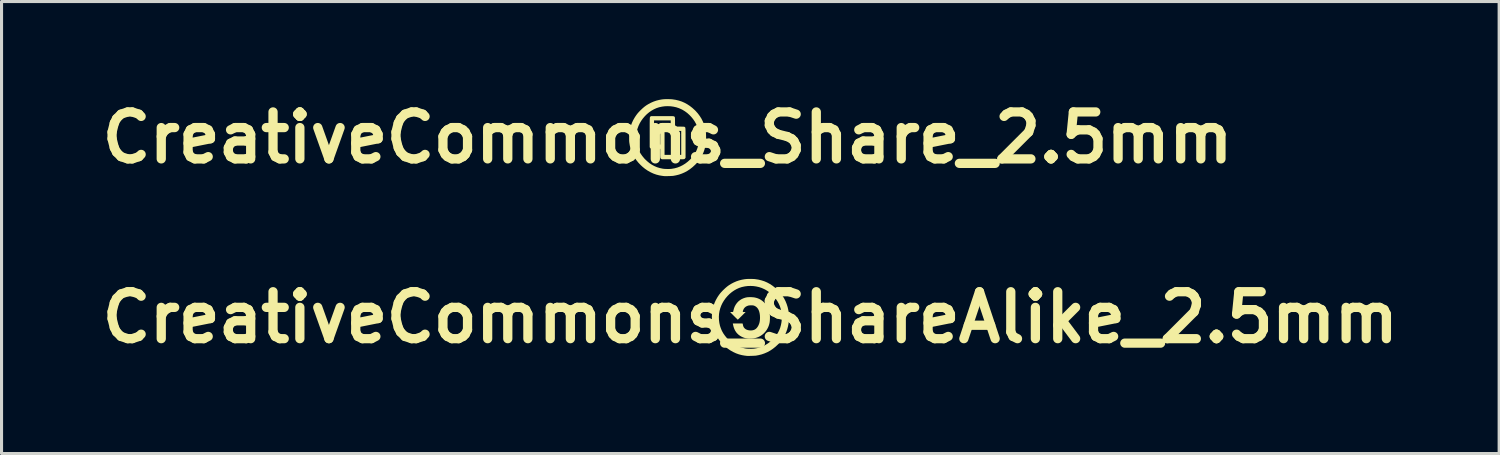
<source format=kicad_pcb>
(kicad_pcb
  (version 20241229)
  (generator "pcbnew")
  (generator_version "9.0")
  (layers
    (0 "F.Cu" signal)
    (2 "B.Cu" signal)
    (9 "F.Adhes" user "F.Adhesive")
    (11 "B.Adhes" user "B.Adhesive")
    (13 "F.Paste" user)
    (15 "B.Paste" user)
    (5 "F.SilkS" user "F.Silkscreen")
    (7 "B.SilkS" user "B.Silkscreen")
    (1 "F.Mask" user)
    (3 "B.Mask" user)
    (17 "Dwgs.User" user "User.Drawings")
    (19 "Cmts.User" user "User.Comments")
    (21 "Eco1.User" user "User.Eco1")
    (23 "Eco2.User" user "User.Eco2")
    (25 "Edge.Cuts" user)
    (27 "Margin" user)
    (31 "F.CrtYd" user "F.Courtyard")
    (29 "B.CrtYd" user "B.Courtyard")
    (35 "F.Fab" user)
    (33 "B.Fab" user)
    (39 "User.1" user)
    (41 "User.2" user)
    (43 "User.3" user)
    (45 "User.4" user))
  (footprint "CreativeCommons_Share_2.5mm"
    (layer "F.Cu")
    (at 18.622 1.418)
    (property "Reference" "CreativeCommons_Share_2.5mm" (at 0 0 0) (layer "F.SilkS") (effects (font (size 1.524 1.524) (thickness 0.3))))
    (attr board_only exclude_from_pos_files exclude_from_bom)
    (fp_poly (pts (xy 0.047 -0.699) (xy 0.085 -0.699) (xy 0.116 -0.699) (xy 0.142 -0.698) (xy 0.163 -0.697) (xy 0.179 -0.696) (xy 0.192 -0.694) (xy 0.202 -0.692) (xy 0.21 -0.69) (xy 0.215 -0.687) (xy 0.219 -0.683) (xy 0.223 -0.679) (xy 0.226 -0.675) (xy 0.228 -0.671) (xy 0.231 -0.667) (xy 0.234 -0.662) (xy 0.235 -0.657) (xy 0.237 -0.648) (xy 0.238 -0.637) (xy 0.238 -0.621) (xy 0.239 -0.6) (xy 0.239 -0.572) (xy 0.24 -0.537) (xy 0.24 -0.508) (xy 0.241 -0.359) (xy 0.39 -0.358) (xy 0.431 -0.358) (xy 0.463 -0.357) (xy 0.489 -0.357) (xy 0.508 -0.356) (xy 0.523 -0.355) (xy 0.533 -0.354) (xy 0.54 -0.353) (xy 0.546 -0.351) (xy 0.55 -0.349) (xy 0.553 -0.347) (xy 0.557 -0.344) (xy 0.561 -0.341) (xy 0.565 -0.338) (xy 0.568 -0.334) (xy 0.571 -0.33) (xy 0.573 -0.323) (xy 0.575 -0.314) (xy 0.577 -0.303) (xy 0.578 -0.288) (xy 0.579 -0.27) (xy 0.58 -0.247) (xy 0.581 -0.219) (xy 0.581 -0.186) (xy 0.582 -0.147) (xy 0.582 -0.102) (xy 0.582 -0.05) (xy 0.582 0.01) (xy 0.582 0.077) (xy 0.582 0.153) (xy 0.582 0.174) (xy 0.582 0.653) (xy 0.572 0.668) (xy 0.561 0.681) (xy 0.55 0.692) (xy 0.549 0.693) (xy 0.546 0.695) (xy 0.543 0.696) (xy 0.539 0.697) (xy 0.534 0.698) (xy 0.526 0.699) (xy 0.516 0.7) (xy 0.502 0.701) (xy 0.485 0.701) (xy 0.462 0.702) (xy 0.434 0.702) (xy 0.401 0.702) (xy 0.361 0.703) (xy 0.314 0.703) (xy 0.259 0.703) (xy 0.195 0.703) (xy 0.178 0.703) (xy 0.122 0.703) (xy 0.067 0.703) (xy 0.017 0.703) (xy -0.031 0.703) (xy -0.073 0.703) (xy -0.11 0.702) (xy -0.142 0.702) (xy -0.166 0.701) (xy -0.183 0.701) (xy -0.192 0.7) (xy -0.193 0.7) (xy -0.206 0.694) (xy -0.217 0.685) (xy -0.223 0.679) (xy -0.229 0.673) (xy -0.233 0.666) (xy -0.236 0.657) (xy -0.238 0.646) (xy -0.239 0.63) (xy -0.24 0.609) (xy -0.241 0.582) (xy -0.241 0.559) (xy -0.1 0.559) (xy 0.441 0.559) (xy 0.441 -0.218) (xy -0.1 -0.218) (xy -0.1 0.559) (xy -0.241 0.559) (xy -0.241 0.548) (xy -0.241 0.507) (xy -0.241 0.364) (xy -0.388 0.363) (xy -0.429 0.362) (xy -0.461 0.362) (xy -0.487 0.361) (xy -0.506 0.361) (xy -0.52 0.36) (xy -0.531 0.359) (xy -0.538 0.357) (xy -0.543 0.355) (xy -0.547 0.353) (xy -0.549 0.352) (xy -0.56 0.341) (xy -0.571 0.329) (xy -0.572 0.327) (xy -0.582 0.312) (xy -0.582 0.223) (xy -0.441 0.223) (xy -0.241 0.223) (xy -0.241 -0.308) (xy -0.231 -0.323) (xy -0.219 -0.336) (xy -0.206 -0.348) (xy -0.205 -0.349) (xy -0.2 -0.352) (xy -0.196 -0.354) (xy -0.19 -0.356) (xy -0.182 -0.357) (xy -0.171 -0.358) (xy -0.155 -0.358) (xy -0.134 -0.359) (xy -0.107 -0.359) (xy -0.072 -0.359) (xy -0.045 -0.359) (xy 0.1 -0.359) (xy 0.1 -0.559) (xy -0.441 -0.559) (xy -0.441 0.223) (xy -0.582 0.223) (xy -0.582 -0.167) (xy -0.582 -0.245) (xy -0.582 -0.315) (xy -0.582 -0.376) (xy -0.582 -0.43) (xy -0.582 -0.477) (xy -0.581 -0.518) (xy -0.581 -0.552) (xy -0.58 -0.581) (xy -0.579 -0.605) (xy -0.578 -0.625) (xy -0.577 -0.64) (xy -0.576 -0.653) (xy -0.574 -0.662) (xy -0.571 -0.669) (xy -0.569 -0.674) (xy -0.566 -0.678) (xy -0.562 -0.681) (xy -0.558 -0.684) (xy -0.554 -0.687) (xy -0.553 -0.688) (xy -0.539 -0.698) (xy -0.176 -0.699) (xy -0.108 -0.699) (xy -0.049 -0.699) (xy 0.003 -0.699)) (stroke (width 0) (type solid)) (fill yes) (layer "F.SilkS"))
    (fp_poly (pts (xy 0.009 -1.25) (xy 0.052 -1.249) (xy 0.093 -1.248) (xy 0.13 -1.246) (xy 0.159 -1.243) (xy 0.263 -1.227) (xy 0.362 -1.203) (xy 0.458 -1.172) (xy 0.549 -1.132) (xy 0.637 -1.084) (xy 0.722 -1.028) (xy 0.804 -0.964) (xy 0.884 -0.891) (xy 0.912 -0.863) (xy 0.982 -0.784) (xy 1.043 -0.702) (xy 1.097 -0.617) (xy 1.142 -0.527) (xy 1.18 -0.433) (xy 1.211 -0.335) (xy 1.234 -0.231) (xy 1.242 -0.18) (xy 1.244 -0.157) (xy 1.246 -0.127) (xy 1.247 -0.092) (xy 1.248 -0.052) (xy 1.248 -0.01) (xy 1.248 0.033) (xy 1.247 0.074) (xy 1.246 0.113) (xy 1.244 0.148) (xy 1.242 0.177) (xy 1.24 0.195) (xy 1.221 0.295) (xy 1.196 0.388) (xy 1.165 0.476) (xy 1.128 0.56) (xy 1.087 0.636) (xy 1.052 0.692) (xy 1.014 0.744) (xy 0.972 0.795) (xy 0.925 0.848) (xy 0.896 0.877) (xy 0.815 0.952) (xy 0.732 1.018) (xy 0.646 1.076) (xy 0.557 1.125) (xy 0.464 1.166) (xy 0.367 1.2) (xy 0.265 1.225) (xy 0.19 1.239) (xy 0.175 1.241) (xy 0.153 1.243) (xy 0.125 1.244) (xy 0.093 1.246) (xy 0.059 1.247) (xy 0.024 1.248) (xy -0.011 1.249) (xy -0.043 1.249) (xy -0.072 1.249) (xy -0.097 1.249) (xy -0.114 1.248) (xy -0.123 1.247) (xy -0.132 1.246) (xy -0.148 1.244) (xy -0.167 1.241) (xy -0.175 1.241) (xy -0.273 1.224) (xy -0.37 1.199) (xy -0.465 1.165) (xy -0.557 1.122) (xy -0.646 1.072) (xy -0.733 1.013) (xy -0.815 0.946) (xy -0.872 0.893) (xy -0.948 0.814) (xy -1.015 0.731) (xy -1.074 0.645) (xy -1.125 0.555) (xy -1.167 0.462) (xy -1.2 0.366) (xy -1.226 0.266) (xy -1.243 0.162) (xy -1.246 0.135) (xy -1.248 0.108) (xy -1.249 0.075) (xy -1.249 0.037) (xy -1.249 -0.003) (xy -1.249 -0.022) (xy -1.022 -0.022) (xy -1.019 0.072) (xy -1.018 0.084) (xy -1.006 0.179) (xy -0.986 0.27) (xy -0.957 0.357) (xy -0.921 0.44) (xy -0.876 0.52) (xy -0.822 0.597) (xy -0.761 0.671) (xy -0.737 0.697) (xy -0.664 0.766) (xy -0.59 0.827) (xy -0.512 0.879) (xy -0.431 0.923) (xy -0.347 0.959) (xy -0.259 0.986) (xy -0.167 1.006) (xy -0.133 1.011) (xy -0.103 1.014) (xy -0.066 1.016) (xy -0.025 1.017) (xy 0.017 1.018) (xy 0.059 1.017) (xy 0.098 1.015) (xy 0.13 1.012) (xy 0.135 1.011) (xy 0.228 0.995) (xy 0.318 0.97) (xy 0.405 0.936) (xy 0.489 0.894) (xy 0.57 0.844) (xy 0.648 0.785) (xy 0.724 0.717) (xy 0.732 0.709) (xy 0.795 0.641) (xy 0.85 0.57) (xy 0.897 0.497) (xy 0.936 0.42) (xy 0.968 0.338) (xy 0.97 0.332) (xy 0.994 0.244) (xy 1.011 0.154) (xy 1.02 0.061) (xy 1.022 -0.031) (xy 1.015 -0.123) (xy 1.001 -0.214) (xy 0.98 -0.301) (xy 0.956 -0.37) (xy 0.921 -0.449) (xy 0.878 -0.527) (xy 0.827 -0.601) (xy 0.769 -0.672) (xy 0.706 -0.738) (xy 0.638 -0.799) (xy 0.565 -0.853) (xy 0.489 -0.9) (xy 0.452 -0.919) (xy 0.369 -0.956) (xy 0.282 -0.985) (xy 0.192 -1.005) (xy 0.1 -1.018) (xy 0.007 -1.022) (xy -0.087 -1.019) (xy -0.18 -1.007) (xy -0.273 -0.987) (xy -0.284 -0.984) (xy -0.367 -0.956) (xy -0.448 -0.919) (xy -0.527 -0.874) (xy -0.602 -0.822) (xy -0.674 -0.762) (xy -0.741 -0.695) (xy -0.804 -0.621) (xy -0.857 -0.547) (xy -0.905 -0.467) (xy -0.945 -0.383) (xy -0.977 -0.296) (xy -1.001 -0.207) (xy -1.016 -0.115) (xy -1.022 -0.022) (xy -1.249 -0.022) (xy -1.248 -0.045) (xy -1.247 -0.086) (xy -1.245 -0.123) (xy -1.243 -0.157) (xy -1.24 -0.184) (xy -1.239 -0.193) (xy -1.219 -0.293) (xy -1.193 -0.388) (xy -1.16 -0.477) (xy -1.12 -0.564) (xy -1.073 -0.647) (xy -1.05 -0.683) (xy -1.025 -0.72) (xy -1.001 -0.753) (xy -0.978 -0.783) (xy -0.953 -0.812) (xy -0.925 -0.842) (xy -0.893 -0.876) (xy -0.875 -0.893) (xy -0.814 -0.951) (xy -0.754 -1.002) (xy -0.693 -1.047) (xy -0.628 -1.087) (xy -0.559 -1.124) (xy -0.543 -1.132) (xy -0.457 -1.17) (xy -0.37 -1.2) (xy -0.281 -1.223) (xy -0.187 -1.24) (xy -0.141 -1.245) (xy -0.112 -1.248) (xy -0.075 -1.249) (xy -0.035 -1.25)) (stroke (width 0) (type solid)) (fill yes) (layer "F.SilkS")))
  (footprint "CreativeCommons_ShareAlike_2.5mm"
    (layer "F.Cu")
    (at 21.307 7.254)
    (property "Reference" "CreativeCommons_ShareAlike_2.5mm" (at 0 0 0) (layer "F.SilkS") (effects (font (size 1.524 1.524) (thickness 0.3))))
    (attr board_only exclude_from_pos_files exclude_from_bom)
    (fp_poly (pts (xy 0.035 -0.658) (xy 0.075 -0.655) (xy 0.112 -0.652) (xy 0.143 -0.647) (xy 0.149 -0.646) (xy 0.219 -0.628) (xy 0.282 -0.603) (xy 0.34 -0.572) (xy 0.394 -0.534) (xy 0.438 -0.496) (xy 0.489 -0.44) (xy 0.533 -0.38) (xy 0.569 -0.314) (xy 0.598 -0.243) (xy 0.619 -0.167) (xy 0.632 -0.09) (xy 0.635 -0.06) (xy 0.636 -0.025) (xy 0.636 0.013) (xy 0.635 0.054) (xy 0.633 0.093) (xy 0.63 0.129) (xy 0.626 0.16) (xy 0.623 0.178) (xy 0.61 0.23) (xy 0.595 0.277) (xy 0.575 0.324) (xy 0.566 0.343) (xy 0.529 0.408) (xy 0.485 0.467) (xy 0.435 0.52) (xy 0.38 0.567) (xy 0.319 0.607) (xy 0.254 0.639) (xy 0.184 0.663) (xy 0.112 0.68) (xy 0.112 0.68) (xy 0.08 0.684) (xy 0.043 0.687) (xy 0.004 0.688) (xy -0.034 0.689) (xy -0.068 0.688) (xy -0.086 0.686) (xy -0.153 0.675) (xy -0.218 0.655) (xy -0.279 0.629) (xy -0.336 0.596) (xy -0.388 0.557) (xy -0.433 0.513) (xy -0.457 0.484) (xy -0.492 0.431) (xy -0.52 0.374) (xy -0.543 0.311) (xy -0.56 0.241) (xy -0.566 0.212) (xy -0.569 0.195) (xy -0.409 0.195) (xy -0.365 0.196) (xy -0.329 0.196) (xy -0.3 0.196) (xy -0.279 0.197) (xy -0.264 0.198) (xy -0.254 0.199) (xy -0.249 0.2) (xy -0.248 0.201) (xy -0.247 0.208) (xy -0.244 0.221) (xy -0.242 0.238) (xy -0.241 0.24) (xy -0.231 0.283) (xy -0.213 0.321) (xy -0.188 0.352) (xy -0.156 0.379) (xy -0.118 0.399) (xy -0.074 0.413) (xy -0.023 0.421) (xy 0.017 0.423) (xy 0.066 0.419) (xy 0.111 0.408) (xy 0.151 0.39) (xy 0.187 0.364) (xy 0.219 0.329) (xy 0.248 0.287) (xy 0.266 0.252) (xy 0.285 0.207) (xy 0.299 0.158) (xy 0.308 0.105) (xy 0.313 0.047) (xy 0.314 0.004) (xy 0.311 -0.068) (xy 0.302 -0.132) (xy 0.288 -0.19) (xy 0.269 -0.241) (xy 0.244 -0.285) (xy 0.214 -0.322) (xy 0.179 -0.352) (xy 0.138 -0.375) (xy 0.122 -0.381) (xy 0.107 -0.386) (xy 0.094 -0.389) (xy 0.08 -0.391) (xy 0.063 -0.392) (xy 0.04 -0.393) (xy 0.027 -0.393) (xy -0.007 -0.392) (xy -0.034 -0.39) (xy -0.055 -0.387) (xy -0.064 -0.385) (xy -0.11 -0.369) (xy -0.15 -0.347) (xy -0.183 -0.319) (xy -0.209 -0.286) (xy -0.229 -0.246) (xy -0.235 -0.229) (xy -0.242 -0.207) (xy -0.245 -0.193) (xy -0.244 -0.184) (xy -0.238 -0.179) (xy -0.225 -0.177) (xy -0.205 -0.177) (xy -0.199 -0.177) (xy -0.152 -0.177) (xy -0.277 -0.052) (xy -0.305 -0.025) (xy -0.331 0.001) (xy -0.354 0.024) (xy -0.374 0.043) (xy -0.39 0.058) (xy -0.401 0.068) (xy -0.406 0.073) (xy -0.407 0.073) (xy -0.411 0.07) (xy -0.421 0.061) (xy -0.435 0.047) (xy -0.453 0.03) (xy -0.474 0.01) (xy -0.497 -0.013) (xy -0.521 -0.037) (xy -0.546 -0.062) (xy -0.57 -0.086) (xy -0.592 -0.108) (xy -0.613 -0.129) (xy -0.63 -0.147) (xy -0.643 -0.161) (xy -0.652 -0.17) (xy -0.655 -0.174) (xy -0.65 -0.175) (xy -0.639 -0.176) (xy -0.622 -0.177) (xy -0.607 -0.177) (xy -0.586 -0.177) (xy -0.571 -0.178) (xy -0.563 -0.181) (xy -0.558 -0.187) (xy -0.554 -0.198) (xy -0.551 -0.216) (xy -0.55 -0.22) (xy -0.532 -0.29) (xy -0.507 -0.355) (xy -0.474 -0.415) (xy -0.435 -0.469) (xy -0.39 -0.518) (xy -0.338 -0.56) (xy -0.282 -0.595) (xy -0.22 -0.623) (xy -0.154 -0.644) (xy -0.11 -0.653) (xy -0.081 -0.656) (xy -0.045 -0.658) (xy -0.006 -0.658)) (stroke (width 0) (type solid)) (fill yes) (layer "F.SilkS"))
    (fp_poly (pts (xy 0.009 -1.25) (xy 0.052 -1.249) (xy 0.093 -1.248) (xy 0.13 -1.246) (xy 0.159 -1.243) (xy 0.263 -1.227) (xy 0.362 -1.203) (xy 0.458 -1.172) (xy 0.549 -1.132) (xy 0.637 -1.084) (xy 0.722 -1.028) (xy 0.804 -0.964) (xy 0.884 -0.891) (xy 0.912 -0.863) (xy 0.982 -0.784) (xy 1.043 -0.702) (xy 1.097 -0.617) (xy 1.142 -0.527) (xy 1.18 -0.433) (xy 1.211 -0.335) (xy 1.234 -0.231) (xy 1.242 -0.18) (xy 1.244 -0.157) (xy 1.246 -0.127) (xy 1.247 -0.092) (xy 1.248 -0.052) (xy 1.248 -0.01) (xy 1.248 0.033) (xy 1.247 0.074) (xy 1.246 0.113) (xy 1.244 0.148) (xy 1.242 0.177) (xy 1.24 0.195) (xy 1.221 0.295) (xy 1.196 0.388) (xy 1.165 0.476) (xy 1.128 0.56) (xy 1.087 0.636) (xy 1.052 0.692) (xy 1.014 0.744) (xy 0.972 0.795) (xy 0.925 0.848) (xy 0.896 0.877) (xy 0.815 0.952) (xy 0.732 1.018) (xy 0.646 1.076) (xy 0.557 1.125) (xy 0.464 1.166) (xy 0.367 1.2) (xy 0.265 1.225) (xy 0.19 1.239) (xy 0.175 1.241) (xy 0.153 1.243) (xy 0.125 1.244) (xy 0.093 1.246) (xy 0.059 1.247) (xy 0.024 1.248) (xy -0.011 1.249) (xy -0.043 1.249) (xy -0.072 1.249) (xy -0.097 1.249) (xy -0.114 1.248) (xy -0.123 1.247) (xy -0.132 1.246) (xy -0.148 1.244) (xy -0.167 1.241) (xy -0.175 1.241) (xy -0.273 1.224) (xy -0.37 1.199) (xy -0.465 1.165) (xy -0.557 1.122) (xy -0.646 1.072) (xy -0.733 1.013) (xy -0.815 0.946) (xy -0.872 0.893) (xy -0.948 0.814) (xy -1.015 0.731) (xy -1.074 0.645) (xy -1.125 0.555) (xy -1.167 0.462) (xy -1.2 0.366) (xy -1.226 0.266) (xy -1.243 0.162) (xy -1.246 0.135) (xy -1.248 0.108) (xy -1.249 0.075) (xy -1.249 0.037) (xy -1.249 -0.003) (xy -1.249 -0.022) (xy -1.022 -0.022) (xy -1.019 0.072) (xy -1.018 0.084) (xy -1.006 0.179) (xy -0.986 0.27) (xy -0.957 0.357) (xy -0.921 0.44) (xy -0.876 0.52) (xy -0.822 0.597) (xy -0.761 0.671) (xy -0.737 0.697) (xy -0.664 0.766) (xy -0.59 0.827) (xy -0.512 0.879) (xy -0.431 0.923) (xy -0.347 0.959) (xy -0.259 0.986) (xy -0.167 1.006) (xy -0.133 1.011) (xy -0.103 1.014) (xy -0.066 1.016) (xy -0.025 1.017) (xy 0.017 1.018) (xy 0.059 1.017) (xy 0.098 1.015) (xy 0.13 1.012) (xy 0.135 1.011) (xy 0.228 0.995) (xy 0.318 0.97) (xy 0.405 0.936) (xy 0.489 0.894) (xy 0.57 0.844) (xy 0.648 0.785) (xy 0.724 0.717) (xy 0.732 0.709) (xy 0.795 0.641) (xy 0.85 0.57) (xy 0.897 0.497) (xy 0.936 0.42) (xy 0.968 0.338) (xy 0.97 0.332) (xy 0.994 0.244) (xy 1.011 0.154) (xy 1.02 0.061) (xy 1.022 -0.031) (xy 1.015 -0.123) (xy 1.001 -0.214) (xy 0.98 -0.301) (xy 0.956 -0.37) (xy 0.921 -0.449) (xy 0.878 -0.527) (xy 0.827 -0.601) (xy 0.769 -0.672) (xy 0.706 -0.738) (xy 0.638 -0.799) (xy 0.565 -0.853) (xy 0.489 -0.9) (xy 0.452 -0.919) (xy 0.369 -0.956) (xy 0.282 -0.985) (xy 0.192 -1.005) (xy 0.1 -1.018) (xy 0.007 -1.022) (xy -0.087 -1.019) (xy -0.18 -1.007) (xy -0.273 -0.987) (xy -0.284 -0.984) (xy -0.367 -0.956) (xy -0.448 -0.919) (xy -0.527 -0.874) (xy -0.602 -0.822) (xy -0.674 -0.762) (xy -0.741 -0.695) (xy -0.804 -0.621) (xy -0.857 -0.547) (xy -0.905 -0.467) (xy -0.945 -0.383) (xy -0.977 -0.296) (xy -1.001 -0.207) (xy -1.016 -0.115) (xy -1.022 -0.022) (xy -1.249 -0.022) (xy -1.248 -0.045) (xy -1.247 -0.086) (xy -1.245 -0.123) (xy -1.243 -0.157) (xy -1.24 -0.184) (xy -1.239 -0.193) (xy -1.219 -0.293) (xy -1.193 -0.388) (xy -1.16 -0.477) (xy -1.12 -0.564) (xy -1.073 -0.647) (xy -1.05 -0.683) (xy -1.025 -0.72) (xy -1.001 -0.753) (xy -0.978 -0.783) (xy -0.953 -0.812) (xy -0.925 -0.842) (xy -0.893 -0.876) (xy -0.875 -0.893) (xy -0.814 -0.951) (xy -0.754 -1.002) (xy -0.693 -1.047) (xy -0.628 -1.087) (xy -0.559 -1.124) (xy -0.543 -1.132) (xy -0.457 -1.17) (xy -0.37 -1.2) (xy -0.281 -1.223) (xy -0.187 -1.24) (xy -0.141 -1.245) (xy -0.112 -1.248) (xy -0.075 -1.249) (xy -0.035 -1.25)) (stroke (width 0) (type solid)) (fill yes) (layer "F.SilkS")))
  (gr_rect
    (start -3 -3)
    (end 45.614 11.672)
    (stroke (width 0.1) (type default))
    (fill no)
    (layer "Edge.Cuts")))
</source>
